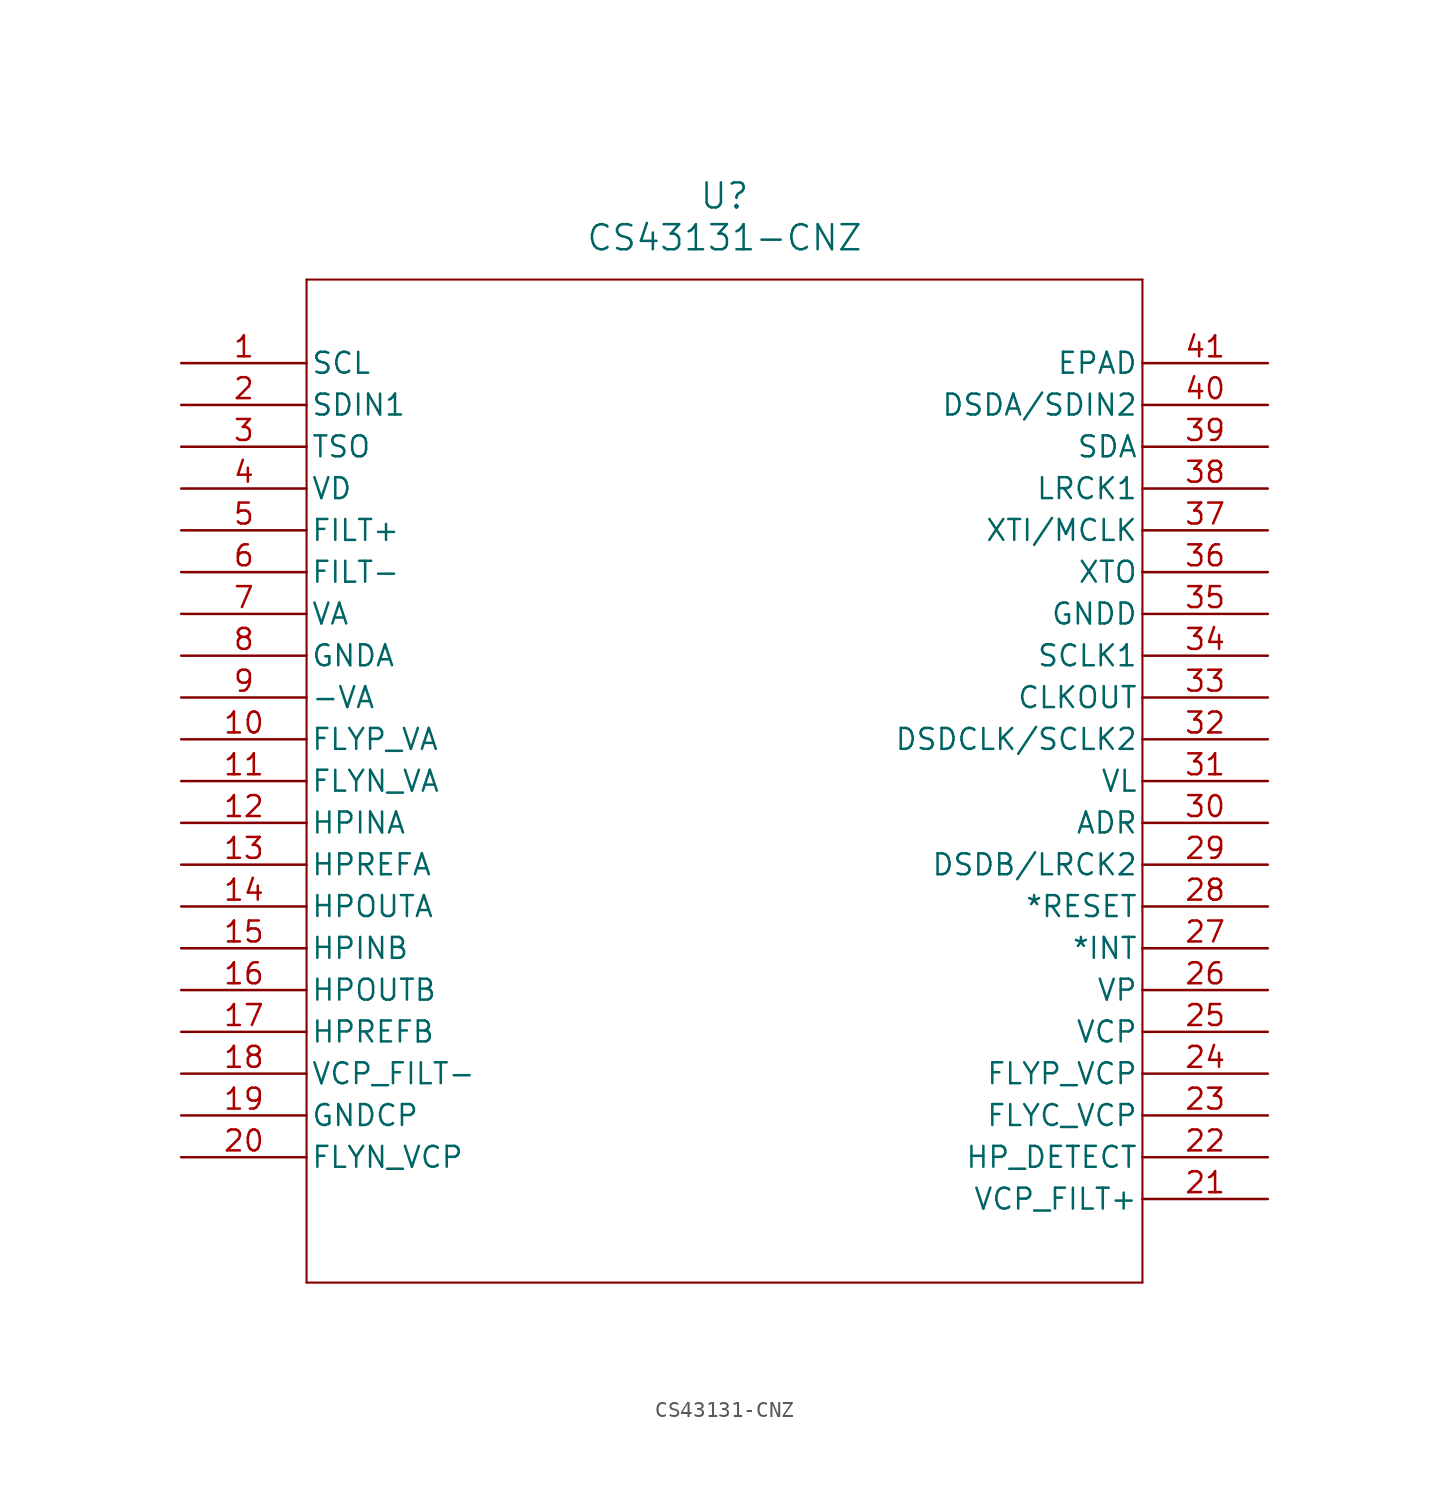
<source format=kicad_sym>
(kicad_symbol_lib
  (version 20211014)
  (generator kicad_symbol_editor)
  (symbol "CS43131-CNZ"
    (pin_names
      (offset 0.254))
    (property "Reference" "U"
      (at 33.02 10.16 0)
      (effects (font (size 1.524 1.524))))
    (property "Value" "CS43131-CNZ"
      (at 33.02 7.62 0)
      (effects (font (size 1.524 1.524))))
    (symbol "CS43131-CNZ_0_1"
      (polyline (pts (xy 7.62 5.08) (xy 7.62 -55.88)) (stroke (width 0.127) (type default) (color 0 0 0 0)) (fill (type none)))
      (polyline (pts (xy 7.62 -55.88) (xy 58.42 -55.88)) (stroke (width 0.127) (type default) (color 0 0 0 0)) (fill (type none)))
      (polyline (pts (xy 58.42 -55.88) (xy 58.42 5.08)) (stroke (width 0.127) (type default) (color 0 0 0 0)) (fill (type none)))
      (polyline (pts (xy 58.42 5.08) (xy 7.62 5.08)) (stroke (width 0.127) (type default) (color 0 0 0 0)) (fill (type none)))
      (pin input line (at 0 0 0) (length 7.62) (name "SCL" (effects (font (size 1.27 1.27)))) (number "1" (effects (font (size 1.27 1.27)))))
      (pin input line (at 0 -2.54 0) (length 7.62) (name "SDIN1" (effects (font (size 1.27 1.27)))) (number "2" (effects (font (size 1.27 1.27)))))
      (pin bidirectional line (at 0 -5.08 0) (length 7.62) (name "TSO" (effects (font (size 1.27 1.27)))) (number "3" (effects (font (size 1.27 1.27)))))
      (pin input line (at 0 -7.62 0) (length 7.62) (name "VD" (effects (font (size 1.27 1.27)))) (number "4" (effects (font (size 1.27 1.27)))))
      (pin output line (at 0 -10.16 0) (length 7.62) (name "FILT+" (effects (font (size 1.27 1.27)))) (number "5" (effects (font (size 1.27 1.27)))))
      (pin output line (at 0 -12.7 0) (length 7.62) (name "FILT-" (effects (font (size 1.27 1.27)))) (number "6" (effects (font (size 1.27 1.27)))))
      (pin input line (at 0 -15.24 0) (length 7.62) (name "VA" (effects (font (size 1.27 1.27)))) (number "7" (effects (font (size 1.27 1.27)))))
      (pin input line (at 0 -17.78 0) (length 7.62) (name "GNDA" (effects (font (size 1.27 1.27)))) (number "8" (effects (font (size 1.27 1.27)))))
      (pin output line (at 0 -20.32 0) (length 7.62) (name "-VA" (effects (font (size 1.27 1.27)))) (number "9" (effects (font (size 1.27 1.27)))))
      (pin output line (at 0 -22.86 0) (length 7.62) (name "FLYP_VA" (effects (font (size 1.27 1.27)))) (number "10" (effects (font (size 1.27 1.27)))))
      (pin output line (at 0 -25.4 0) (length 7.62) (name "FLYN_VA" (effects (font (size 1.27 1.27)))) (number "11" (effects (font (size 1.27 1.27)))))
      (pin input line (at 0 -27.94 0) (length 7.62) (name "HPINA" (effects (font (size 1.27 1.27)))) (number "12" (effects (font (size 1.27 1.27)))))
      (pin input line (at 0 -30.48 0) (length 7.62) (name "HPREFA" (effects (font (size 1.27 1.27)))) (number "13" (effects (font (size 1.27 1.27)))))
      (pin output line (at 0 -33.02 0) (length 7.62) (name "HPOUTA" (effects (font (size 1.27 1.27)))) (number "14" (effects (font (size 1.27 1.27)))))
      (pin input line (at 0 -35.56 0) (length 7.62) (name "HPINB" (effects (font (size 1.27 1.27)))) (number "15" (effects (font (size 1.27 1.27)))))
      (pin output line (at 0 -38.1 0) (length 7.62) (name "HPOUTB" (effects (font (size 1.27 1.27)))) (number "16" (effects (font (size 1.27 1.27)))))
      (pin input line (at 0 -40.64 0) (length 7.62) (name "HPREFB" (effects (font (size 1.27 1.27)))) (number "17" (effects (font (size 1.27 1.27)))))
      (pin bidirectional line (at 0 -43.18 0) (length 7.62) (name "VCP_FILT-" (effects (font (size 1.27 1.27)))) (number "18" (effects (font (size 1.27 1.27)))))
      (pin input line (at 0 -45.72 0) (length 7.62) (name "GNDCP" (effects (font (size 1.27 1.27)))) (number "19" (effects (font (size 1.27 1.27)))))
      (pin output line (at 0 -48.26 0) (length 7.62) (name "FLYN_VCP" (effects (font (size 1.27 1.27)))) (number "20" (effects (font (size 1.27 1.27)))))
      (pin bidirectional line (at 66.04 -50.8 180) (length 7.62) (name "VCP_FILT+" (effects (font (size 1.27 1.27)))) (number "21" (effects (font (size 1.27 1.27)))))
      (pin input line (at 66.04 -48.26 180) (length 7.62) (name "HP_DETECT" (effects (font (size 1.27 1.27)))) (number "22" (effects (font (size 1.27 1.27)))))
      (pin output line (at 66.04 -45.72 180) (length 7.62) (name "FLYC_VCP" (effects (font (size 1.27 1.27)))) (number "23" (effects (font (size 1.27 1.27)))))
      (pin output line (at 66.04 -43.18 180) (length 7.62) (name "FLYP_VCP" (effects (font (size 1.27 1.27)))) (number "24" (effects (font (size 1.27 1.27)))))
      (pin input line (at 66.04 -40.64 180) (length 7.62) (name "VCP" (effects (font (size 1.27 1.27)))) (number "25" (effects (font (size 1.27 1.27)))))
      (pin input line (at 66.04 -38.1 180) (length 7.62) (name "VP" (effects (font (size 1.27 1.27)))) (number "26" (effects (font (size 1.27 1.27)))))
      (pin output line (at 66.04 -35.56 180) (length 7.62) (name "*INT" (effects (font (size 1.27 1.27)))) (number "27" (effects (font (size 1.27 1.27)))))
      (pin input line (at 66.04 -33.02 180) (length 7.62) (name "*RESET" (effects (font (size 1.27 1.27)))) (number "28" (effects (font (size 1.27 1.27)))))
      (pin bidirectional line (at 66.04 -30.48 180) (length 7.62) (name "DSDB/LRCK2" (effects (font (size 1.27 1.27)))) (number "29" (effects (font (size 1.27 1.27)))))
      (pin input line (at 66.04 -27.94 180) (length 7.62) (name "ADR" (effects (font (size 1.27 1.27)))) (number "30" (effects (font (size 1.27 1.27)))))
      (pin input line (at 66.04 -25.4 180) (length 7.62) (name "VL" (effects (font (size 1.27 1.27)))) (number "31" (effects (font (size 1.27 1.27)))))
      (pin bidirectional line (at 66.04 -22.86 180) (length 7.62) (name "DSDCLK/SCLK2" (effects (font (size 1.27 1.27)))) (number "32" (effects (font (size 1.27 1.27)))))
      (pin output line (at 66.04 -20.32 180) (length 7.62) (name "CLKOUT" (effects (font (size 1.27 1.27)))) (number "33" (effects (font (size 1.27 1.27)))))
      (pin bidirectional line (at 66.04 -17.78 180) (length 7.62) (name "SCLK1" (effects (font (size 1.27 1.27)))) (number "34" (effects (font (size 1.27 1.27)))))
      (pin input line (at 66.04 -15.24 180) (length 7.62) (name "GNDD" (effects (font (size 1.27 1.27)))) (number "35" (effects (font (size 1.27 1.27)))))
      (pin output line (at 66.04 -12.7 180) (length 7.62) (name "XTO" (effects (font (size 1.27 1.27)))) (number "36" (effects (font (size 1.27 1.27)))))
      (pin input line (at 66.04 -10.16 180) (length 7.62) (name "XTI/MCLK" (effects (font (size 1.27 1.27)))) (number "37" (effects (font (size 1.27 1.27)))))
      (pin bidirectional line (at 66.04 -7.62 180) (length 7.62) (name "LRCK1" (effects (font (size 1.27 1.27)))) (number "38" (effects (font (size 1.27 1.27)))))
      (pin bidirectional line (at 66.04 -5.08 180) (length 7.62) (name "SDA" (effects (font (size 1.27 1.27)))) (number "39" (effects (font (size 1.27 1.27)))))
      (pin input line (at 66.04 -2.54 180) (length 7.62) (name "DSDA/SDIN2" (effects (font (size 1.27 1.27)))) (number "40" (effects (font (size 1.27 1.27)))))
      (pin power_out line (at 66.04 0 180) (length 7.62) (name "EPAD" (effects (font (size 1.27 1.27)))) (number "41" (effects (font (size 1.27 1.27))))))))
</source>
